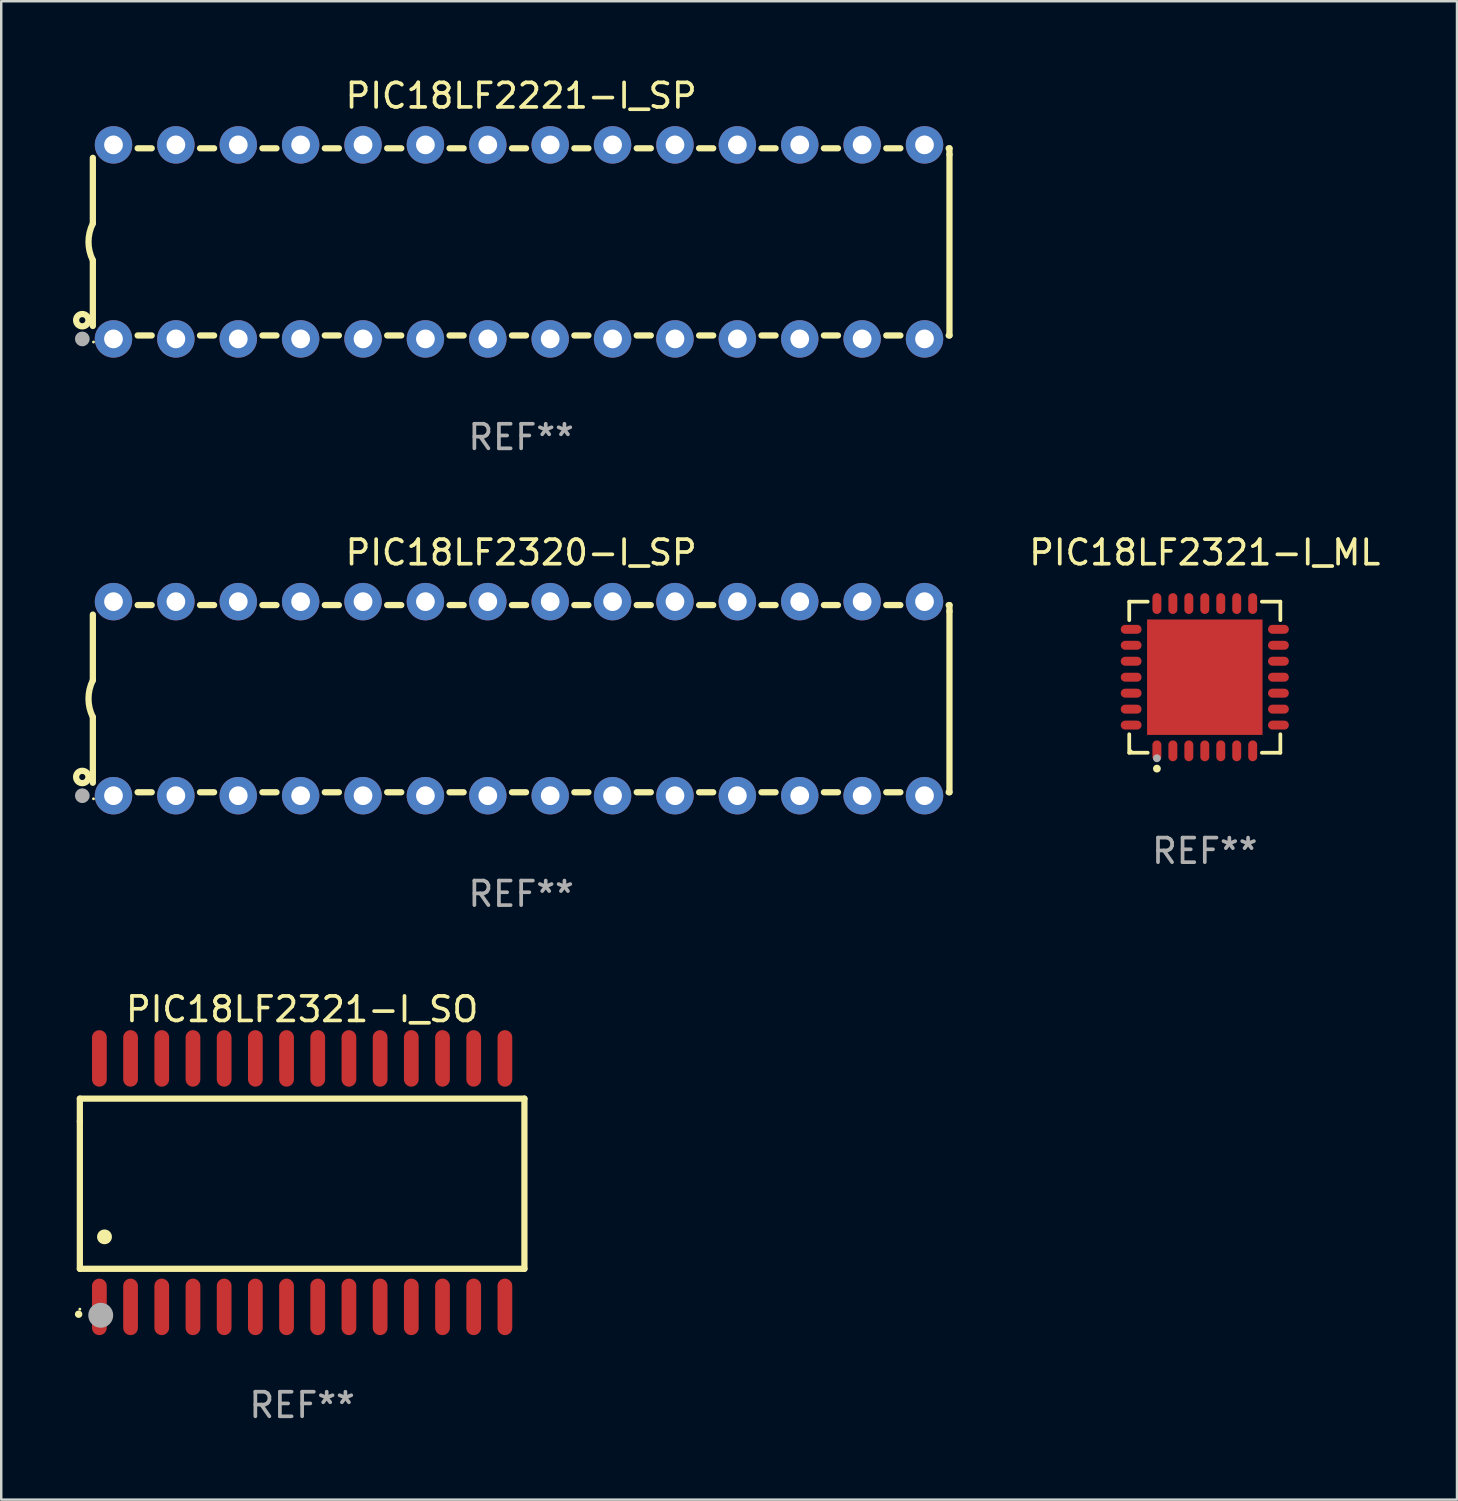
<source format=kicad_pcb>
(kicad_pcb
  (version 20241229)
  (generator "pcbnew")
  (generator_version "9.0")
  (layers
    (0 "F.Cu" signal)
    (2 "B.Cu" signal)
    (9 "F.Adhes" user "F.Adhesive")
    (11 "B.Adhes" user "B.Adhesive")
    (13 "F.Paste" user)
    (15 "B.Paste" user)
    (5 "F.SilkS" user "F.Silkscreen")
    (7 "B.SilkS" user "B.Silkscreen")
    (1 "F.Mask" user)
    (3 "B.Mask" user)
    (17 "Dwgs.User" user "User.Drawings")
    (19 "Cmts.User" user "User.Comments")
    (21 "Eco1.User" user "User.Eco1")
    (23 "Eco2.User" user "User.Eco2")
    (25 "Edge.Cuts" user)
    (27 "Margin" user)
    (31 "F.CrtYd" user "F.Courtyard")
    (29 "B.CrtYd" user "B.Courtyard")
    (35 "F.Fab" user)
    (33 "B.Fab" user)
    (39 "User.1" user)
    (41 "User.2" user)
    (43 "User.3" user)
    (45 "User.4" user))
  (footprint "PIC18LF2320-I_SP"
    (layer "F.Cu")
    (at 18.168 25.395)
    (property "Reference" "PIC18LF2320-I_SP" (at 0 -5.95 0) (layer "F.SilkS") (effects (font (size 1 1) (thickness 0.15))))
    (attr through_hole)
    (fp_line (start -17.438 0.75) (end -17.438 3.423) (stroke (width 0.254) (type solid)) (layer "F.SilkS"))
    (fp_line (start -17.438 -3.423) (end -17.438 -0.75) (stroke (width 0.254) (type solid)) (layer "F.SilkS"))
    (fp_line (start -15.615 3.81) (end -15.041 3.81) (stroke (width 0.254) (type solid)) (layer "F.SilkS"))
    (fp_line (start -15.041 -3.81) (end -15.614 -3.81) (stroke (width 0.254) (type solid)) (layer "F.SilkS"))
    (fp_line (start -13.075 3.81) (end -12.501 3.81) (stroke (width 0.254) (type solid)) (layer "F.SilkS"))
    (fp_line (start -12.501 -3.81) (end -13.074 -3.81) (stroke (width 0.254) (type solid)) (layer "F.SilkS"))
    (fp_line (start -10.535 3.81) (end -9.961 3.81) (stroke (width 0.254) (type solid)) (layer "F.SilkS"))
    (fp_line (start -9.961 -3.81) (end -10.534 -3.81) (stroke (width 0.254) (type solid)) (layer "F.SilkS"))
    (fp_line (start -7.995 3.81) (end -7.421 3.81) (stroke (width 0.254) (type solid)) (layer "F.SilkS"))
    (fp_line (start -7.421 -3.81) (end -7.995 -3.81) (stroke (width 0.254) (type solid)) (layer "F.SilkS"))
    (fp_line (start -5.455 3.81) (end -4.881 3.81) (stroke (width 0.254) (type solid)) (layer "F.SilkS"))
    (fp_line (start -4.881 -3.81) (end -5.455 -3.81) (stroke (width 0.254) (type solid)) (layer "F.SilkS"))
    (fp_line (start -2.915 3.81) (end -2.341 3.81) (stroke (width 0.254) (type solid)) (layer "F.SilkS"))
    (fp_line (start -2.341 -3.81) (end -2.915 -3.81) (stroke (width 0.254) (type solid)) (layer "F.SilkS"))
    (fp_line (start -0.375 3.81) (end 0.199 3.81) (stroke (width 0.254) (type solid)) (layer "F.SilkS"))
    (fp_line (start 0.199 -3.81) (end -0.375 -3.81) (stroke (width 0.254) (type solid)) (layer "F.SilkS"))
    (fp_line (start 2.165 3.81) (end 2.739 3.81) (stroke (width 0.254) (type solid)) (layer "F.SilkS"))
    (fp_line (start 2.739 -3.81) (end 2.165 -3.81) (stroke (width 0.254) (type solid)) (layer "F.SilkS"))
    (fp_line (start 4.705 3.81) (end 5.279 3.81) (stroke (width 0.254) (type solid)) (layer "F.SilkS"))
    (fp_line (start 5.279 -3.81) (end 4.705 -3.81) (stroke (width 0.254) (type solid)) (layer "F.SilkS"))
    (fp_line (start 7.245 3.81) (end 7.819 3.81) (stroke (width 0.254) (type solid)) (layer "F.SilkS"))
    (fp_line (start 7.819 -3.81) (end 7.245 -3.81) (stroke (width 0.254) (type solid)) (layer "F.SilkS"))
    (fp_line (start 9.785 3.81) (end 10.359 3.81) (stroke (width 0.254) (type solid)) (layer "F.SilkS"))
    (fp_line (start 10.359 -3.81) (end 9.785 -3.81) (stroke (width 0.254) (type solid)) (layer "F.SilkS"))
    (fp_line (start 12.325 3.81) (end 12.899 3.81) (stroke (width 0.254) (type solid)) (layer "F.SilkS"))
    (fp_line (start 12.899 -3.81) (end 12.325 -3.81) (stroke (width 0.254) (type solid)) (layer "F.SilkS"))
    (fp_line (start 14.865 3.81) (end 15.439 3.81) (stroke (width 0.254) (type solid)) (layer "F.SilkS"))
    (fp_line (start 15.439 -3.81) (end 14.865 -3.81) (stroke (width 0.254) (type solid)) (layer "F.SilkS"))
    (fp_line (start 17.405 3.81) (end 17.438 3.81) (stroke (width 0.254) (type solid)) (layer "F.SilkS"))
    (fp_line (start 17.438 -3.81) (end 17.405 -3.81) (stroke (width 0.254) (type solid)) (layer "F.SilkS"))
    (fp_line (start 17.438 -3.556) (end 17.438 -3.81) (stroke (width 0.254) (type solid)) (layer "F.SilkS"))
    (fp_line (start 17.438 3.81) (end 17.438 -3.556) (stroke (width 0.254) (type solid)) (layer "F.SilkS"))
    (fp_arc (start -17.437986 0.749657) (mid -17.614887 -0.000024) (end -17.437783 -0.749657) (stroke (width 0.254001) (type solid)) (layer "F.SilkS"))
    (fp_circle (center -17.868 3.188) (end -17.743 3.188) (stroke (width 0.254) (type solid)) (fill no) (layer "F.SilkS"))
    (fp_circle (center -17.411 4.077) (end -17.381 4.077) (stroke (width 0.06) (type solid)) (fill no) (layer "F.SilkS"))
    (fp_circle (center -17.868 3.95) (end -17.718 3.95) (stroke (width 0.3) (type solid)) (fill no) (layer "F.Fab"))
    (fp_text user "REF**" (at 0 7.95 0) (layer "F.Fab") (effects (font (size 1 1) (thickness 0.15))))
    (pad "1" thru_hole circle (at -16.598 3.95) (size 1.524 1.524) (drill 0.762) (layers "*.Cu" "*.Mask"))
    (pad "2" thru_hole circle (at -14.058 3.95) (size 1.524 1.524) (drill 0.762) (layers "*.Cu" "*.Mask"))
    (pad "3" thru_hole circle (at -11.518 3.95) (size 1.524 1.524) (drill 0.762) (layers "*.Cu" "*.Mask"))
    (pad "4" thru_hole circle (at -8.978 3.95) (size 1.524 1.524) (drill 0.762) (layers "*.Cu" "*.Mask"))
    (pad "5" thru_hole circle (at -6.438 3.95) (size 1.524 1.524) (drill 0.762) (layers "*.Cu" "*.Mask"))
    (pad "6" thru_hole circle (at -3.898 3.95) (size 1.524 1.524) (drill 0.762) (layers "*.Cu" "*.Mask"))
    (pad "7" thru_hole circle (at -1.358 3.95) (size 1.524 1.524) (drill 0.762) (layers "*.Cu" "*.Mask"))
    (pad "8" thru_hole circle (at 1.182 3.95) (size 1.524 1.524) (drill 0.762) (layers "*.Cu" "*.Mask"))
    (pad "9" thru_hole circle (at 3.722 3.95) (size 1.524 1.524) (drill 0.762) (layers "*.Cu" "*.Mask"))
    (pad "10" thru_hole circle (at 6.262 3.95) (size 1.524 1.524) (drill 0.762) (layers "*.Cu" "*.Mask"))
    (pad "11" thru_hole circle (at 8.802 3.95) (size 1.524 1.524) (drill 0.762) (layers "*.Cu" "*.Mask"))
    (pad "12" thru_hole circle (at 11.342 3.95) (size 1.524 1.524) (drill 0.762) (layers "*.Cu" "*.Mask"))
    (pad "13" thru_hole circle (at 13.882 3.95) (size 1.524 1.524) (drill 0.762) (layers "*.Cu" "*.Mask"))
    (pad "14" thru_hole circle (at 16.422 3.95) (size 1.524 1.524) (drill 0.762) (layers "*.Cu" "*.Mask"))
    (pad "15" thru_hole circle (at 16.422 -3.95) (size 1.524 1.524) (drill 0.762) (layers "*.Cu" "*.Mask"))
    (pad "16" thru_hole circle (at 13.882 -3.95) (size 1.524 1.524) (drill 0.762) (layers "*.Cu" "*.Mask"))
    (pad "17" thru_hole circle (at 11.342 -3.95) (size 1.524 1.524) (drill 0.762) (layers "*.Cu" "*.Mask"))
    (pad "18" thru_hole circle (at 8.802 -3.95) (size 1.524 1.524) (drill 0.762) (layers "*.Cu" "*.Mask"))
    (pad "19" thru_hole circle (at 6.262 -3.95) (size 1.524 1.524) (drill 0.762) (layers "*.Cu" "*.Mask"))
    (pad "20" thru_hole circle (at 3.722 -3.95) (size 1.524 1.524) (drill 0.762) (layers "*.Cu" "*.Mask"))
    (pad "21" thru_hole circle (at 1.182 -3.95) (size 1.524 1.524) (drill 0.762) (layers "*.Cu" "*.Mask"))
    (pad "22" thru_hole circle (at -1.358 -3.95) (size 1.524 1.524) (drill 0.762) (layers "*.Cu" "*.Mask"))
    (pad "23" thru_hole circle (at -3.898 -3.95) (size 1.524 1.524) (drill 0.762) (layers "*.Cu" "*.Mask"))
    (pad "24" thru_hole circle (at -6.438 -3.95) (size 1.524 1.524) (drill 0.762) (layers "*.Cu" "*.Mask"))
    (pad "25" thru_hole circle (at -8.978 -3.95) (size 1.524 1.524) (drill 0.762) (layers "*.Cu" "*.Mask"))
    (pad "26" thru_hole circle (at -11.517 -3.95) (size 1.524 1.524) (drill 0.762) (layers "*.Cu" "*.Mask"))
    (pad "27" thru_hole circle (at -14.057 -3.95) (size 1.524 1.524) (drill 0.762) (layers "*.Cu" "*.Mask"))
    (pad "28" thru_hole circle (at -16.597 -3.95) (size 1.524 1.524) (drill 0.762) (layers "*.Cu" "*.Mask")))
  (footprint "PIC18LF2221-I_SP"
    (layer "F.Cu")
    (at 18.168 6.798)
    (property "Reference" "PIC18LF2221-I_SP" (at 0 -5.95 0) (layer "F.SilkS") (effects (font (size 1 1) (thickness 0.15))))
    (attr through_hole)
    (fp_line (start -17.438 0.75) (end -17.438 3.423) (stroke (width 0.254) (type solid)) (layer "F.SilkS"))
    (fp_line (start -17.438 -3.423) (end -17.438 -0.75) (stroke (width 0.254) (type solid)) (layer "F.SilkS"))
    (fp_line (start -15.615 3.81) (end -15.041 3.81) (stroke (width 0.254) (type solid)) (layer "F.SilkS"))
    (fp_line (start -15.041 -3.81) (end -15.614 -3.81) (stroke (width 0.254) (type solid)) (layer "F.SilkS"))
    (fp_line (start -13.075 3.81) (end -12.501 3.81) (stroke (width 0.254) (type solid)) (layer "F.SilkS"))
    (fp_line (start -12.501 -3.81) (end -13.074 -3.81) (stroke (width 0.254) (type solid)) (layer "F.SilkS"))
    (fp_line (start -10.535 3.81) (end -9.961 3.81) (stroke (width 0.254) (type solid)) (layer "F.SilkS"))
    (fp_line (start -9.961 -3.81) (end -10.534 -3.81) (stroke (width 0.254) (type solid)) (layer "F.SilkS"))
    (fp_line (start -7.995 3.81) (end -7.421 3.81) (stroke (width 0.254) (type solid)) (layer "F.SilkS"))
    (fp_line (start -7.421 -3.81) (end -7.995 -3.81) (stroke (width 0.254) (type solid)) (layer "F.SilkS"))
    (fp_line (start -5.455 3.81) (end -4.881 3.81) (stroke (width 0.254) (type solid)) (layer "F.SilkS"))
    (fp_line (start -4.881 -3.81) (end -5.455 -3.81) (stroke (width 0.254) (type solid)) (layer "F.SilkS"))
    (fp_line (start -2.915 3.81) (end -2.341 3.81) (stroke (width 0.254) (type solid)) (layer "F.SilkS"))
    (fp_line (start -2.341 -3.81) (end -2.915 -3.81) (stroke (width 0.254) (type solid)) (layer "F.SilkS"))
    (fp_line (start -0.375 3.81) (end 0.199 3.81) (stroke (width 0.254) (type solid)) (layer "F.SilkS"))
    (fp_line (start 0.199 -3.81) (end -0.375 -3.81) (stroke (width 0.254) (type solid)) (layer "F.SilkS"))
    (fp_line (start 2.165 3.81) (end 2.739 3.81) (stroke (width 0.254) (type solid)) (layer "F.SilkS"))
    (fp_line (start 2.739 -3.81) (end 2.165 -3.81) (stroke (width 0.254) (type solid)) (layer "F.SilkS"))
    (fp_line (start 4.705 3.81) (end 5.279 3.81) (stroke (width 0.254) (type solid)) (layer "F.SilkS"))
    (fp_line (start 5.279 -3.81) (end 4.705 -3.81) (stroke (width 0.254) (type solid)) (layer "F.SilkS"))
    (fp_line (start 7.245 3.81) (end 7.819 3.81) (stroke (width 0.254) (type solid)) (layer "F.SilkS"))
    (fp_line (start 7.819 -3.81) (end 7.245 -3.81) (stroke (width 0.254) (type solid)) (layer "F.SilkS"))
    (fp_line (start 9.785 3.81) (end 10.359 3.81) (stroke (width 0.254) (type solid)) (layer "F.SilkS"))
    (fp_line (start 10.359 -3.81) (end 9.785 -3.81) (stroke (width 0.254) (type solid)) (layer "F.SilkS"))
    (fp_line (start 12.325 3.81) (end 12.899 3.81) (stroke (width 0.254) (type solid)) (layer "F.SilkS"))
    (fp_line (start 12.899 -3.81) (end 12.325 -3.81) (stroke (width 0.254) (type solid)) (layer "F.SilkS"))
    (fp_line (start 14.865 3.81) (end 15.439 3.81) (stroke (width 0.254) (type solid)) (layer "F.SilkS"))
    (fp_line (start 15.439 -3.81) (end 14.865 -3.81) (stroke (width 0.254) (type solid)) (layer "F.SilkS"))
    (fp_line (start 17.405 3.81) (end 17.438 3.81) (stroke (width 0.254) (type solid)) (layer "F.SilkS"))
    (fp_line (start 17.438 -3.81) (end 17.405 -3.81) (stroke (width 0.254) (type solid)) (layer "F.SilkS"))
    (fp_line (start 17.438 -3.556) (end 17.438 -3.81) (stroke (width 0.254) (type solid)) (layer "F.SilkS"))
    (fp_line (start 17.438 3.81) (end 17.438 -3.556) (stroke (width 0.254) (type solid)) (layer "F.SilkS"))
    (fp_arc (start -17.437986 0.749657) (mid -17.614887 -0.000024) (end -17.437783 -0.749657) (stroke (width 0.254001) (type solid)) (layer "F.SilkS"))
    (fp_circle (center -17.868 3.188) (end -17.743 3.188) (stroke (width 0.254) (type solid)) (fill no) (layer "F.SilkS"))
    (fp_circle (center -17.411 4.077) (end -17.381 4.077) (stroke (width 0.06) (type solid)) (fill no) (layer "F.SilkS"))
    (fp_circle (center -17.868 3.95) (end -17.718 3.95) (stroke (width 0.3) (type solid)) (fill no) (layer "F.Fab"))
    (fp_text user "REF**" (at 0 7.95 0) (layer "F.Fab") (effects (font (size 1 1) (thickness 0.15))))
    (pad "1" thru_hole circle (at -16.598 3.95) (size 1.524 1.524) (drill 0.762) (layers "*.Cu" "*.Mask"))
    (pad "2" thru_hole circle (at -14.058 3.95) (size 1.524 1.524) (drill 0.762) (layers "*.Cu" "*.Mask"))
    (pad "3" thru_hole circle (at -11.518 3.95) (size 1.524 1.524) (drill 0.762) (layers "*.Cu" "*.Mask"))
    (pad "4" thru_hole circle (at -8.978 3.95) (size 1.524 1.524) (drill 0.762) (layers "*.Cu" "*.Mask"))
    (pad "5" thru_hole circle (at -6.438 3.95) (size 1.524 1.524) (drill 0.762) (layers "*.Cu" "*.Mask"))
    (pad "6" thru_hole circle (at -3.898 3.95) (size 1.524 1.524) (drill 0.762) (layers "*.Cu" "*.Mask"))
    (pad "7" thru_hole circle (at -1.358 3.95) (size 1.524 1.524) (drill 0.762) (layers "*.Cu" "*.Mask"))
    (pad "8" thru_hole circle (at 1.182 3.95) (size 1.524 1.524) (drill 0.762) (layers "*.Cu" "*.Mask"))
    (pad "9" thru_hole circle (at 3.722 3.95) (size 1.524 1.524) (drill 0.762) (layers "*.Cu" "*.Mask"))
    (pad "10" thru_hole circle (at 6.262 3.95) (size 1.524 1.524) (drill 0.762) (layers "*.Cu" "*.Mask"))
    (pad "11" thru_hole circle (at 8.802 3.95) (size 1.524 1.524) (drill 0.762) (layers "*.Cu" "*.Mask"))
    (pad "12" thru_hole circle (at 11.342 3.95) (size 1.524 1.524) (drill 0.762) (layers "*.Cu" "*.Mask"))
    (pad "13" thru_hole circle (at 13.882 3.95) (size 1.524 1.524) (drill 0.762) (layers "*.Cu" "*.Mask"))
    (pad "14" thru_hole circle (at 16.422 3.95) (size 1.524 1.524) (drill 0.762) (layers "*.Cu" "*.Mask"))
    (pad "15" thru_hole circle (at 16.422 -3.95) (size 1.524 1.524) (drill 0.762) (layers "*.Cu" "*.Mask"))
    (pad "16" thru_hole circle (at 13.882 -3.95) (size 1.524 1.524) (drill 0.762) (layers "*.Cu" "*.Mask"))
    (pad "17" thru_hole circle (at 11.342 -3.95) (size 1.524 1.524) (drill 0.762) (layers "*.Cu" "*.Mask"))
    (pad "18" thru_hole circle (at 8.802 -3.95) (size 1.524 1.524) (drill 0.762) (layers "*.Cu" "*.Mask"))
    (pad "19" thru_hole circle (at 6.262 -3.95) (size 1.524 1.524) (drill 0.762) (layers "*.Cu" "*.Mask"))
    (pad "20" thru_hole circle (at 3.722 -3.95) (size 1.524 1.524) (drill 0.762) (layers "*.Cu" "*.Mask"))
    (pad "21" thru_hole circle (at 1.182 -3.95) (size 1.524 1.524) (drill 0.762) (layers "*.Cu" "*.Mask"))
    (pad "22" thru_hole circle (at -1.358 -3.95) (size 1.524 1.524) (drill 0.762) (layers "*.Cu" "*.Mask"))
    (pad "23" thru_hole circle (at -3.898 -3.95) (size 1.524 1.524) (drill 0.762) (layers "*.Cu" "*.Mask"))
    (pad "24" thru_hole circle (at -6.438 -3.95) (size 1.524 1.524) (drill 0.762) (layers "*.Cu" "*.Mask"))
    (pad "25" thru_hole circle (at -8.978 -3.95) (size 1.524 1.524) (drill 0.762) (layers "*.Cu" "*.Mask"))
    (pad "26" thru_hole circle (at -11.517 -3.95) (size 1.524 1.524) (drill 0.762) (layers "*.Cu" "*.Mask"))
    (pad "27" thru_hole circle (at -14.057 -3.95) (size 1.524 1.524) (drill 0.762) (layers "*.Cu" "*.Mask"))
    (pad "28" thru_hole circle (at -16.597 -3.95) (size 1.524 1.524) (drill 0.762) (layers "*.Cu" "*.Mask")))
  (footprint "PIC18LF2321-I_ML"
    (layer "F.Cu")
    (at 46.001 24.521)
    (property "Reference" "PIC18LF2321-I_ML" (at 0 -5.076 0) (layer "F.SilkS") (effects (font (size 1 1) (thickness 0.15))))
    (attr through_hole)
    (fp_line (start -3.076 -3.076) (end -2.323 -3.076) (stroke (width 0.152) (type solid)) (layer "F.SilkS"))
    (fp_line (start -3.076 -2.323) (end -3.076 -3.076) (stroke (width 0.152) (type solid)) (layer "F.SilkS"))
    (fp_line (start -3.076 2.323) (end -3.076 3.076) (stroke (width 0.152) (type solid)) (layer "F.SilkS"))
    (fp_line (start -3.076 3.076) (end -2.323 3.076) (stroke (width 0.152) (type solid)) (layer "F.SilkS"))
    (fp_line (start 3.076 -3.076) (end 2.323 -3.076) (stroke (width 0.152) (type solid)) (layer "F.SilkS"))
    (fp_line (start 3.076 -2.323) (end 3.076 -3.076) (stroke (width 0.152) (type solid)) (layer "F.SilkS"))
    (fp_line (start 3.076 2.323) (end 3.076 3.076) (stroke (width 0.152) (type solid)) (layer "F.SilkS"))
    (fp_line (start 3.076 3.076) (end 2.323 3.076) (stroke (width 0.152) (type solid)) (layer "F.SilkS"))
    (fp_circle (center -3 3) (end -2.97 3) (stroke (width 0.06) (type solid)) (fill no) (layer "F.SilkS"))
    (fp_circle (center -1.95 3.722) (end -1.87 3.722) (stroke (width 0.16) (type solid)) (fill no) (layer "F.SilkS"))
    (fp_circle (center -1.95 3.3) (end -1.87 3.3) (stroke (width 0.16) (type solid)) (fill no) (layer "F.Fab"))
    (fp_text user "REF**" (at 0 7.076 0) (layer "F.Fab") (effects (font (size 1 1) (thickness 0.15))))
    (pad "1" smd oval (at -1.95 2.998) (size 0.364 0.847) (layers "F.Cu" "F.Mask" "F.Paste"))
    (pad "2" smd oval (at -1.3 2.998) (size 0.364 0.847) (layers "F.Cu" "F.Mask" "F.Paste"))
    (pad "3" smd oval (at -0.65 2.998) (size 0.364 0.847) (layers "F.Cu" "F.Mask" "F.Paste"))
    (pad "4" smd oval (at 0 2.998) (size 0.364 0.847) (layers "F.Cu" "F.Mask" "F.Paste"))
    (pad "5" smd oval (at 0.65 2.998) (size 0.364 0.847) (layers "F.Cu" "F.Mask" "F.Paste"))
    (pad "6" smd oval (at 1.3 2.998) (size 0.364 0.847) (layers "F.Cu" "F.Mask" "F.Paste"))
    (pad "7" smd oval (at 1.95 2.998) (size 0.364 0.847) (layers "F.Cu" "F.Mask" "F.Paste"))
    (pad "8" smd oval (at 2.998 1.95) (size 0.847 0.364) (layers "F.Cu" "F.Mask" "F.Paste"))
    (pad "9" smd oval (at 2.998 1.3) (size 0.847 0.364) (layers "F.Cu" "F.Mask" "F.Paste"))
    (pad "10" smd oval (at 2.998 0.65) (size 0.847 0.364) (layers "F.Cu" "F.Mask" "F.Paste"))
    (pad "11" smd oval (at 2.998 0) (size 0.847 0.364) (layers "F.Cu" "F.Mask" "F.Paste"))
    (pad "12" smd oval (at 2.998 -0.65) (size 0.847 0.364) (layers "F.Cu" "F.Mask" "F.Paste"))
    (pad "13" smd oval (at 2.998 -1.3) (size 0.847 0.364) (layers "F.Cu" "F.Mask" "F.Paste"))
    (pad "14" smd oval (at 2.998 -1.95) (size 0.847 0.364) (layers "F.Cu" "F.Mask" "F.Paste"))
    (pad "15" smd oval (at 1.95 -2.998) (size 0.364 0.847) (layers "F.Cu" "F.Mask" "F.Paste"))
    (pad "16" smd oval (at 1.3 -2.998) (size 0.364 0.847) (layers "F.Cu" "F.Mask" "F.Paste"))
    (pad "17" smd oval (at 0.65 -2.998) (size 0.364 0.847) (layers "F.Cu" "F.Mask" "F.Paste"))
    (pad "18" smd oval (at 0 -2.998) (size 0.364 0.847) (layers "F.Cu" "F.Mask" "F.Paste"))
    (pad "19" smd oval (at -0.65 -2.998) (size 0.364 0.847) (layers "F.Cu" "F.Mask" "F.Paste"))
    (pad "20" smd oval (at -1.3 -2.998) (size 0.364 0.847) (layers "F.Cu" "F.Mask" "F.Paste"))
    (pad "21" smd oval (at -1.95 -2.998) (size 0.364 0.847) (layers "F.Cu" "F.Mask" "F.Paste"))
    (pad "22" smd oval (at -2.998 -1.95) (size 0.847 0.364) (layers "F.Cu" "F.Mask" "F.Paste"))
    (pad "23" smd oval (at -2.998 -1.3) (size 0.847 0.364) (layers "F.Cu" "F.Mask" "F.Paste"))
    (pad "24" smd oval (at -2.998 -0.65) (size 0.847 0.364) (layers "F.Cu" "F.Mask" "F.Paste"))
    (pad "25" smd oval (at -2.998 0) (size 0.847 0.364) (layers "F.Cu" "F.Mask" "F.Paste"))
    (pad "26" smd oval (at -2.998 0.65) (size 0.847 0.364) (layers "F.Cu" "F.Mask" "F.Paste"))
    (pad "27" smd oval (at -2.998 1.3) (size 0.847 0.364) (layers "F.Cu" "F.Mask" "F.Paste"))
    (pad "28" smd oval (at -2.998 1.95) (size 0.847 0.364) (layers "F.Cu" "F.Mask" "F.Paste"))
    (pad "29" smd rect (at 0 0) (size 4.7 4.7) (layers "F.Cu" "F.Mask" "F.Paste")))
  (footprint "PIC18LF2321-I_SO"
    (layer "F.Cu")
    (at 9.251 45.099)
    (property "Reference" "PIC18LF2321-I_SO" (at 0 -7.058 0) (layer "F.SilkS") (effects (font (size 1 1) (thickness 0.15))))
    (attr through_hole)
    (fp_line (start -9.05 -3.42) (end 9.05 -3.42) (stroke (width 0.254) (type solid)) (layer "F.SilkS"))
    (fp_line (start -9.05 -2.492) (end -9.05 -3.42) (stroke (width 0.254) (type solid)) (layer "F.SilkS"))
    (fp_line (start -9.05 3.508) (end -9.05 -2.492) (stroke (width 0.254) (type solid)) (layer "F.SilkS"))
    (fp_line (start 9.05 -3.42) (end 9.05 3.508) (stroke (width 0.254) (type solid)) (layer "F.SilkS"))
    (fp_line (start 9.05 3.508) (end -9.05 3.508) (stroke (width 0.254) (type solid)) (layer "F.SilkS"))
    (fp_arc (start -9.100838 5.35649) (mid -9.099568 5.356485) (end -9.098298 5.35649) (stroke (width 0.3) (type solid)) (layer "F.SilkS"))
    (fp_arc (start -8.049276 2.206883) (mid -8.046736 2.206872) (end -8.044196 2.206883) (stroke (width 0.6) (type solid)) (layer "F.SilkS"))
    (fp_circle (center -9.05 5.15) (end -9.02 5.15) (stroke (width 0.06) (type solid)) (fill no) (layer "F.SilkS"))
    (fp_circle (center -8.2 5.4) (end -7.946 5.4) (stroke (width 0.508) (type solid)) (fill no) (layer "F.Fab"))
    (fp_text user "REF**" (at 0 9.058 0) (layer "F.Fab") (effects (font (size 1 1) (thickness 0.15))))
    (pad "1" smd oval (at -8.255 5.058 180) (size 0.6 2.3) (layers "F.Cu" "F.Mask" "F.Paste"))
    (pad "2" smd oval (at -6.985 5.058 180) (size 0.6 2.3) (layers "F.Cu" "F.Mask" "F.Paste"))
    (pad "3" smd oval (at -5.715 5.058 180) (size 0.6 2.3) (layers "F.Cu" "F.Mask" "F.Paste"))
    (pad "4" smd oval (at -4.445 5.058 180) (size 0.6 2.3) (layers "F.Cu" "F.Mask" "F.Paste"))
    (pad "5" smd oval (at -3.175 5.058 180) (size 0.6 2.3) (layers "F.Cu" "F.Mask" "F.Paste"))
    (pad "6" smd oval (at -1.905 5.058 180) (size 0.6 2.3) (layers "F.Cu" "F.Mask" "F.Paste"))
    (pad "7" smd oval (at -0.635 5.058 180) (size 0.6 2.3) (layers "F.Cu" "F.Mask" "F.Paste"))
    (pad "8" smd oval (at 0.635 5.058 180) (size 0.6 2.3) (layers "F.Cu" "F.Mask" "F.Paste"))
    (pad "9" smd oval (at 1.905 5.058 180) (size 0.6 2.3) (layers "F.Cu" "F.Mask" "F.Paste"))
    (pad "10" smd oval (at 3.175 5.058 180) (size 0.6 2.3) (layers "F.Cu" "F.Mask" "F.Paste"))
    (pad "11" smd oval (at 4.445 5.058 180) (size 0.6 2.3) (layers "F.Cu" "F.Mask" "F.Paste"))
    (pad "12" smd oval (at 5.715 5.058 180) (size 0.6 2.3) (layers "F.Cu" "F.Mask" "F.Paste"))
    (pad "13" smd oval (at 6.985 5.058 180) (size 0.6 2.3) (layers "F.Cu" "F.Mask" "F.Paste"))
    (pad "14" smd oval (at 8.255 5.058 180) (size 0.6 2.3) (layers "F.Cu" "F.Mask" "F.Paste"))
    (pad "15" smd oval (at 8.255 -5.058 180) (size 0.6 2.3) (layers "F.Cu" "F.Mask" "F.Paste"))
    (pad "16" smd oval (at 6.985 -5.058 180) (size 0.6 2.3) (layers "F.Cu" "F.Mask" "F.Paste"))
    (pad "17" smd oval (at 5.715 -5.058 180) (size 0.6 2.3) (layers "F.Cu" "F.Mask" "F.Paste"))
    (pad "18" smd oval (at 4.445 -5.058 180) (size 0.6 2.3) (layers "F.Cu" "F.Mask" "F.Paste"))
    (pad "19" smd oval (at 3.175 -5.058 180) (size 0.6 2.3) (layers "F.Cu" "F.Mask" "F.Paste"))
    (pad "20" smd oval (at 1.905 -5.058 180) (size 0.6 2.3) (layers "F.Cu" "F.Mask" "F.Paste"))
    (pad "21" smd oval (at 0.635 -5.058 180) (size 0.6 2.3) (layers "F.Cu" "F.Mask" "F.Paste"))
    (pad "22" smd oval (at -0.635 -5.058 180) (size 0.6 2.3) (layers "F.Cu" "F.Mask" "F.Paste"))
    (pad "23" smd oval (at -1.905 -5.058 180) (size 0.6 2.3) (layers "F.Cu" "F.Mask" "F.Paste"))
    (pad "24" smd oval (at -3.175 -5.058 180) (size 0.6 2.3) (layers "F.Cu" "F.Mask" "F.Paste"))
    (pad "25" smd oval (at -4.445 -5.058 180) (size 0.6 2.3) (layers "F.Cu" "F.Mask" "F.Paste"))
    (pad "26" smd oval (at -5.715 -5.058 180) (size 0.6 2.3) (layers "F.Cu" "F.Mask" "F.Paste"))
    (pad "27" smd oval (at -6.985 -5.058 180) (size 0.6 2.3) (layers "F.Cu" "F.Mask" "F.Paste"))
    (pad "28" smd oval (at -8.255 -5.058 180) (size 0.6 2.3) (layers "F.Cu" "F.Mask" "F.Paste")))
  (gr_rect
    (start -3 -3)
    (end 56.269 58.004)
    (stroke (width 0.1) (type default))
    (fill no)
    (layer "Edge.Cuts")))
</source>
